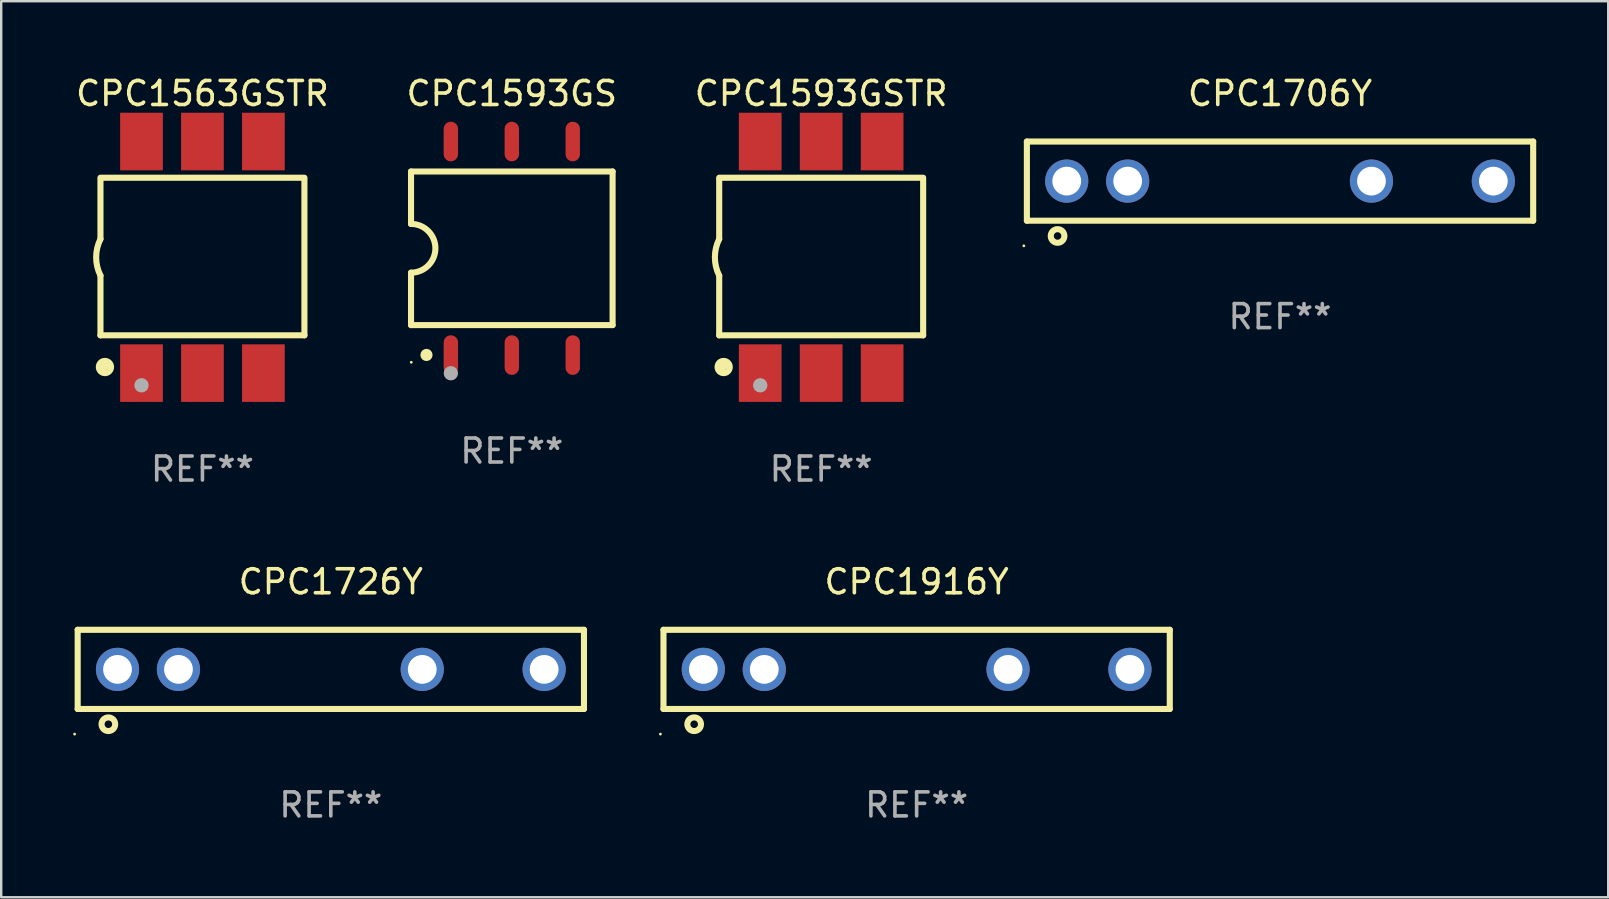
<source format=kicad_pcb>
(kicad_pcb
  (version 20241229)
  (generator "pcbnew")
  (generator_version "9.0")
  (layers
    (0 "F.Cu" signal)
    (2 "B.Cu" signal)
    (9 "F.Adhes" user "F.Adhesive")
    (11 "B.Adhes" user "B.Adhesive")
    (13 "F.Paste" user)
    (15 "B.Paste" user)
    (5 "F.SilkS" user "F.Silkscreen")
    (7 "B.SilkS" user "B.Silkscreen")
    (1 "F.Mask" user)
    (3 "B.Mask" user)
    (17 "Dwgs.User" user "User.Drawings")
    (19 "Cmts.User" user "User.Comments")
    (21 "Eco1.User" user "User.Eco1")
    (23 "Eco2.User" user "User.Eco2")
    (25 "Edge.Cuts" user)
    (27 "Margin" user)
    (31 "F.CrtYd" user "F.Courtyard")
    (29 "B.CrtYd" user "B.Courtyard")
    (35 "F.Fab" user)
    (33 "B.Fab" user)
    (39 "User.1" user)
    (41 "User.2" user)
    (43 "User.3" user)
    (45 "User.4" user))
  (footprint "CPC1593GSTR"
    (layer "F.Cu")
    (at 31.173 7.674)
    (property "Reference" "CPC1593GSTR" (at 0 -6.826 0) (layer "F.SilkS") (effects (font (size 1 1) (thickness 0.15))))
    (attr through_hole)
    (fp_line (start -4.25 -3.317) (end 4.25 -3.317) (stroke (width 0.254) (type solid)) (layer "F.SilkS"))
    (fp_line (start -4.25 -3.25) (end -4.25 -0.762) (stroke (width 0.254) (type solid)) (layer "F.SilkS"))
    (fp_line (start -4.25 3.25) (end -4.25 0.762) (stroke (width 0.254) (type solid)) (layer "F.SilkS"))
    (fp_line (start 4.25 -3.25) (end 4.25 3.25) (stroke (width 0.254) (type solid)) (layer "F.SilkS"))
    (fp_line (start 4.25 3.25) (end -4.25 3.25) (stroke (width 0.254) (type solid)) (layer "F.SilkS"))
    (fp_arc (start -4.249429 0.762001) (mid -4.429513 0.000068) (end -4.250013 -0.762002) (stroke (width 0.254001) (type solid)) (layer "F.SilkS"))
    (fp_circle (center -4.123 4.473) (end -3.996 4.473) (stroke (width 0.254) (type solid)) (fill no) (layer "F.SilkS"))
    (fp_circle (center -4.064 4.572) (end -3.81 4.572) (stroke (width 0.254) (type solid)) (fill no) (layer "F.SilkS"))
    (fp_circle (center -2.54 5.334) (end -2.39 5.334) (stroke (width 0.3) (type solid)) (fill no) (layer "F.Fab"))
    (fp_text user "REF**" (at 0 8.826 0) (layer "F.Fab") (effects (font (size 1 1) (thickness 0.15))))
    (pad "1" smd rect (at -2.54 4.826) (size 1.78 2.4) (layers "F.Cu" "F.Mask" "F.Paste"))
    (pad "2" smd rect (at 0 4.826) (size 1.78 2.4) (layers "F.Cu" "F.Mask" "F.Paste"))
    (pad "3" smd rect (at 2.54 4.826) (size 1.78 2.4) (layers "F.Cu" "F.Mask" "F.Paste"))
    (pad "4" smd rect (at 2.54 -4.826) (size 1.78 2.4) (layers "F.Cu" "F.Mask" "F.Paste"))
    (pad "5" smd rect (at 0 -4.826) (size 1.78 2.4) (layers "F.Cu" "F.Mask" "F.Paste"))
    (pad "6" smd rect (at -2.54 -4.826) (size 1.78 2.4) (layers "F.Cu" "F.Mask" "F.Paste")))
  (footprint "CPC1593GS"
    (layer "F.Cu")
    (at 18.28 7.298)
    (property "Reference" "CPC1593GS" (at 0 -6.45 0) (layer "F.SilkS") (effects (font (size 1 1) (thickness 0.15))))
    (attr through_hole)
    (fp_line (start -4.2 -3.2) (end -4.2 -1.016) (stroke (width 0.254) (type solid)) (layer "F.SilkS"))
    (fp_line (start -4.2 -3.2) (end 4.2 -3.2) (stroke (width 0.254) (type solid)) (layer "F.SilkS"))
    (fp_line (start -4.2 3.2) (end -4.2 1.016) (stroke (width 0.254) (type solid)) (layer "F.SilkS"))
    (fp_line (start 4.2 -3.2) (end 4.2 3.2) (stroke (width 0.254) (type solid)) (layer "F.SilkS"))
    (fp_line (start 4.2 3.2) (end -4.2 3.2) (stroke (width 0.254) (type solid)) (layer "F.SilkS"))
    (fp_arc (start -4.201169 -1.016003) (mid -3.185166 -0.000585) (end -4.2 1.016002) (stroke (width 0.254001) (type solid)) (layer "F.SilkS"))
    (fp_circle (center -4.19 4.75) (end -4.16 4.75) (stroke (width 0.06) (type solid)) (fill no) (layer "F.SilkS"))
    (fp_circle (center -3.556 4.445) (end -3.429 4.445) (stroke (width 0.254) (type solid)) (fill no) (layer "F.SilkS"))
    (fp_circle (center -2.54 5.207) (end -2.39 5.207) (stroke (width 0.3) (type solid)) (fill no) (layer "F.Fab"))
    (fp_text user "REF**" (at 0 8.45 0) (layer "F.Fab") (effects (font (size 1 1) (thickness 0.15))))
    (pad "1" smd oval (at -2.54 4.45 90) (size 1.65 0.6) (layers "F.Cu" "F.Mask" "F.Paste"))
    (pad "2" smd oval (at 0 4.45 90) (size 1.65 0.6) (layers "F.Cu" "F.Mask" "F.Paste"))
    (pad "3" smd oval (at 2.54 4.45 90) (size 1.65 0.6) (layers "F.Cu" "F.Mask" "F.Paste"))
    (pad "4" smd oval (at 2.54 -4.45 90) (size 1.65 0.6) (layers "F.Cu" "F.Mask" "F.Paste"))
    (pad "5" smd oval (at 0 -4.45 90) (size 1.65 0.6) (layers "F.Cu" "F.Mask" "F.Paste"))
    (pad "6" smd oval (at -2.54 -4.45 90) (size 1.65 0.6) (layers "F.Cu" "F.Mask" "F.Paste")))
  (footprint "CPC1563GSTR"
    (layer "F.Cu")
    (at 5.387 7.674)
    (property "Reference" "CPC1563GSTR" (at 0 -6.826 0) (layer "F.SilkS") (effects (font (size 1 1) (thickness 0.15))))
    (attr through_hole)
    (fp_line (start -4.25 -3.317) (end 4.25 -3.317) (stroke (width 0.254) (type solid)) (layer "F.SilkS"))
    (fp_line (start -4.25 -3.25) (end -4.25 -0.762) (stroke (width 0.254) (type solid)) (layer "F.SilkS"))
    (fp_line (start -4.25 3.25) (end -4.25 0.762) (stroke (width 0.254) (type solid)) (layer "F.SilkS"))
    (fp_line (start 4.25 -3.25) (end 4.25 3.25) (stroke (width 0.254) (type solid)) (layer "F.SilkS"))
    (fp_line (start 4.25 3.25) (end -4.25 3.25) (stroke (width 0.254) (type solid)) (layer "F.SilkS"))
    (fp_arc (start -4.249429 0.762001) (mid -4.429513 0.000068) (end -4.250013 -0.762002) (stroke (width 0.254001) (type solid)) (layer "F.SilkS"))
    (fp_circle (center -4.123 4.473) (end -3.996 4.473) (stroke (width 0.254) (type solid)) (fill no) (layer "F.SilkS"))
    (fp_circle (center -4.064 4.572) (end -3.81 4.572) (stroke (width 0.254) (type solid)) (fill no) (layer "F.SilkS"))
    (fp_circle (center -2.54 5.334) (end -2.39 5.334) (stroke (width 0.3) (type solid)) (fill no) (layer "F.Fab"))
    (fp_text user "REF**" (at 0 8.826 0) (layer "F.Fab") (effects (font (size 1 1) (thickness 0.15))))
    (pad "1" smd rect (at -2.54 4.826) (size 1.78 2.4) (layers "F.Cu" "F.Mask" "F.Paste"))
    (pad "2" smd rect (at 0 4.826) (size 1.78 2.4) (layers "F.Cu" "F.Mask" "F.Paste"))
    (pad "3" smd rect (at 2.54 4.826) (size 1.78 2.4) (layers "F.Cu" "F.Mask" "F.Paste"))
    (pad "4" smd rect (at 2.54 -4.826) (size 1.78 2.4) (layers "F.Cu" "F.Mask" "F.Paste"))
    (pad "5" smd rect (at 0 -4.826) (size 1.78 2.4) (layers "F.Cu" "F.Mask" "F.Paste"))
    (pad "6" smd rect (at -2.54 -4.826) (size 1.78 2.4) (layers "F.Cu" "F.Mask" "F.Paste")))
  (footprint "CPC1916Y"
    (layer "F.Cu")
    (at 35.151 24.847)
    (property "Reference" "CPC1916Y" (at 0 -3.65 0) (layer "F.SilkS") (effects (font (size 1 1) (thickness 0.15))))
    (attr through_hole)
    (fp_line (start -10.55 -1.65) (end -10.55 1.65) (stroke (width 0.254) (type solid)) (layer "F.SilkS"))
    (fp_line (start 10.55 -1.65) (end -10.55 -1.65) (stroke (width 0.254) (type solid)) (layer "F.SilkS"))
    (fp_line (start 10.55 1.65) (end -10.55 1.65) (stroke (width 0.254) (type solid)) (layer "F.SilkS"))
    (fp_line (start 10.55 1.65) (end 10.55 -1.65) (stroke (width 0.254) (type solid)) (layer "F.SilkS"))
    (fp_circle (center -10.677 2.697) (end -10.647 2.697) (stroke (width 0.06) (type solid)) (fill no) (layer "F.SilkS"))
    (fp_circle (center -9.271 2.286) (end -8.987 2.286) (stroke (width 0.254) (type solid)) (fill no) (layer "F.SilkS"))
    (fp_text user "REF**" (at 0 5.65 0) (layer "F.Fab") (effects (font (size 1 1) (thickness 0.15))))
    (pad "1" thru_hole circle (at -8.89 0) (size 1.8 1.8) (drill 1.2) (layers "*.Cu" "*.Mask"))
    (pad "2" thru_hole circle (at -6.35 0) (size 1.8 1.8) (drill 1.2) (layers "*.Cu" "*.Mask"))
    (pad "3" thru_hole circle (at 3.81 0) (size 1.8 1.8) (drill 1.2) (layers "*.Cu" "*.Mask"))
    (pad "4" thru_hole circle (at 8.89 0) (size 1.8 1.8) (drill 1.2) (layers "*.Cu" "*.Mask")))
  (footprint "CPC1726Y"
    (layer "F.Cu")
    (at 10.737 24.847)
    (property "Reference" "CPC1726Y" (at 0 -3.65 0) (layer "F.SilkS") (effects (font (size 1 1) (thickness 0.15))))
    (attr through_hole)
    (fp_line (start -10.55 -1.65) (end -10.55 1.65) (stroke (width 0.254) (type solid)) (layer "F.SilkS"))
    (fp_line (start 10.55 -1.65) (end -10.55 -1.65) (stroke (width 0.254) (type solid)) (layer "F.SilkS"))
    (fp_line (start 10.55 1.65) (end -10.55 1.65) (stroke (width 0.254) (type solid)) (layer "F.SilkS"))
    (fp_line (start 10.55 1.65) (end 10.55 -1.65) (stroke (width 0.254) (type solid)) (layer "F.SilkS"))
    (fp_circle (center -10.677 2.697) (end -10.647 2.697) (stroke (width 0.06) (type solid)) (fill no) (layer "F.SilkS"))
    (fp_circle (center -9.271 2.286) (end -8.987 2.286) (stroke (width 0.254) (type solid)) (fill no) (layer "F.SilkS"))
    (fp_text user "REF**" (at 0 5.65 0) (layer "F.Fab") (effects (font (size 1 1) (thickness 0.15))))
    (pad "1" thru_hole circle (at -8.89 0) (size 1.8 1.8) (drill 1.2) (layers "*.Cu" "*.Mask"))
    (pad "2" thru_hole circle (at -6.35 0) (size 1.8 1.8) (drill 1.2) (layers "*.Cu" "*.Mask"))
    (pad "3" thru_hole circle (at 3.81 0) (size 1.8 1.8) (drill 1.2) (layers "*.Cu" "*.Mask"))
    (pad "4" thru_hole circle (at 8.89 0) (size 1.8 1.8) (drill 1.2) (layers "*.Cu" "*.Mask")))
  (footprint "CPC1706Y"
    (layer "F.Cu")
    (at 50.296 4.498)
    (property "Reference" "CPC1706Y" (at 0 -3.65 0) (layer "F.SilkS") (effects (font (size 1 1) (thickness 0.15))))
    (attr through_hole)
    (fp_line (start -10.55 -1.65) (end -10.55 1.65) (stroke (width 0.254) (type solid)) (layer "F.SilkS"))
    (fp_line (start 10.55 -1.65) (end -10.55 -1.65) (stroke (width 0.254) (type solid)) (layer "F.SilkS"))
    (fp_line (start 10.55 1.65) (end -10.55 1.65) (stroke (width 0.254) (type solid)) (layer "F.SilkS"))
    (fp_line (start 10.55 1.65) (end 10.55 -1.65) (stroke (width 0.254) (type solid)) (layer "F.SilkS"))
    (fp_circle (center -10.677 2.697) (end -10.647 2.697) (stroke (width 0.06) (type solid)) (fill no) (layer "F.SilkS"))
    (fp_circle (center -9.271 2.286) (end -8.987 2.286) (stroke (width 0.254) (type solid)) (fill no) (layer "F.SilkS"))
    (fp_text user "REF**" (at 0 5.65 0) (layer "F.Fab") (effects (font (size 1 1) (thickness 0.15))))
    (pad "1" thru_hole circle (at -8.89 0) (size 1.8 1.8) (drill 1.2) (layers "*.Cu" "*.Mask"))
    (pad "2" thru_hole circle (at -6.35 0) (size 1.8 1.8) (drill 1.2) (layers "*.Cu" "*.Mask"))
    (pad "3" thru_hole circle (at 3.81 0) (size 1.8 1.8) (drill 1.2) (layers "*.Cu" "*.Mask"))
    (pad "4" thru_hole circle (at 8.89 0) (size 1.8 1.8) (drill 1.2) (layers "*.Cu" "*.Mask")))
  (gr_rect
    (start -3 -3)
    (end 63.973 34.345)
    (stroke (width 0.1) (type default))
    (fill no)
    (layer "Edge.Cuts")))
</source>
